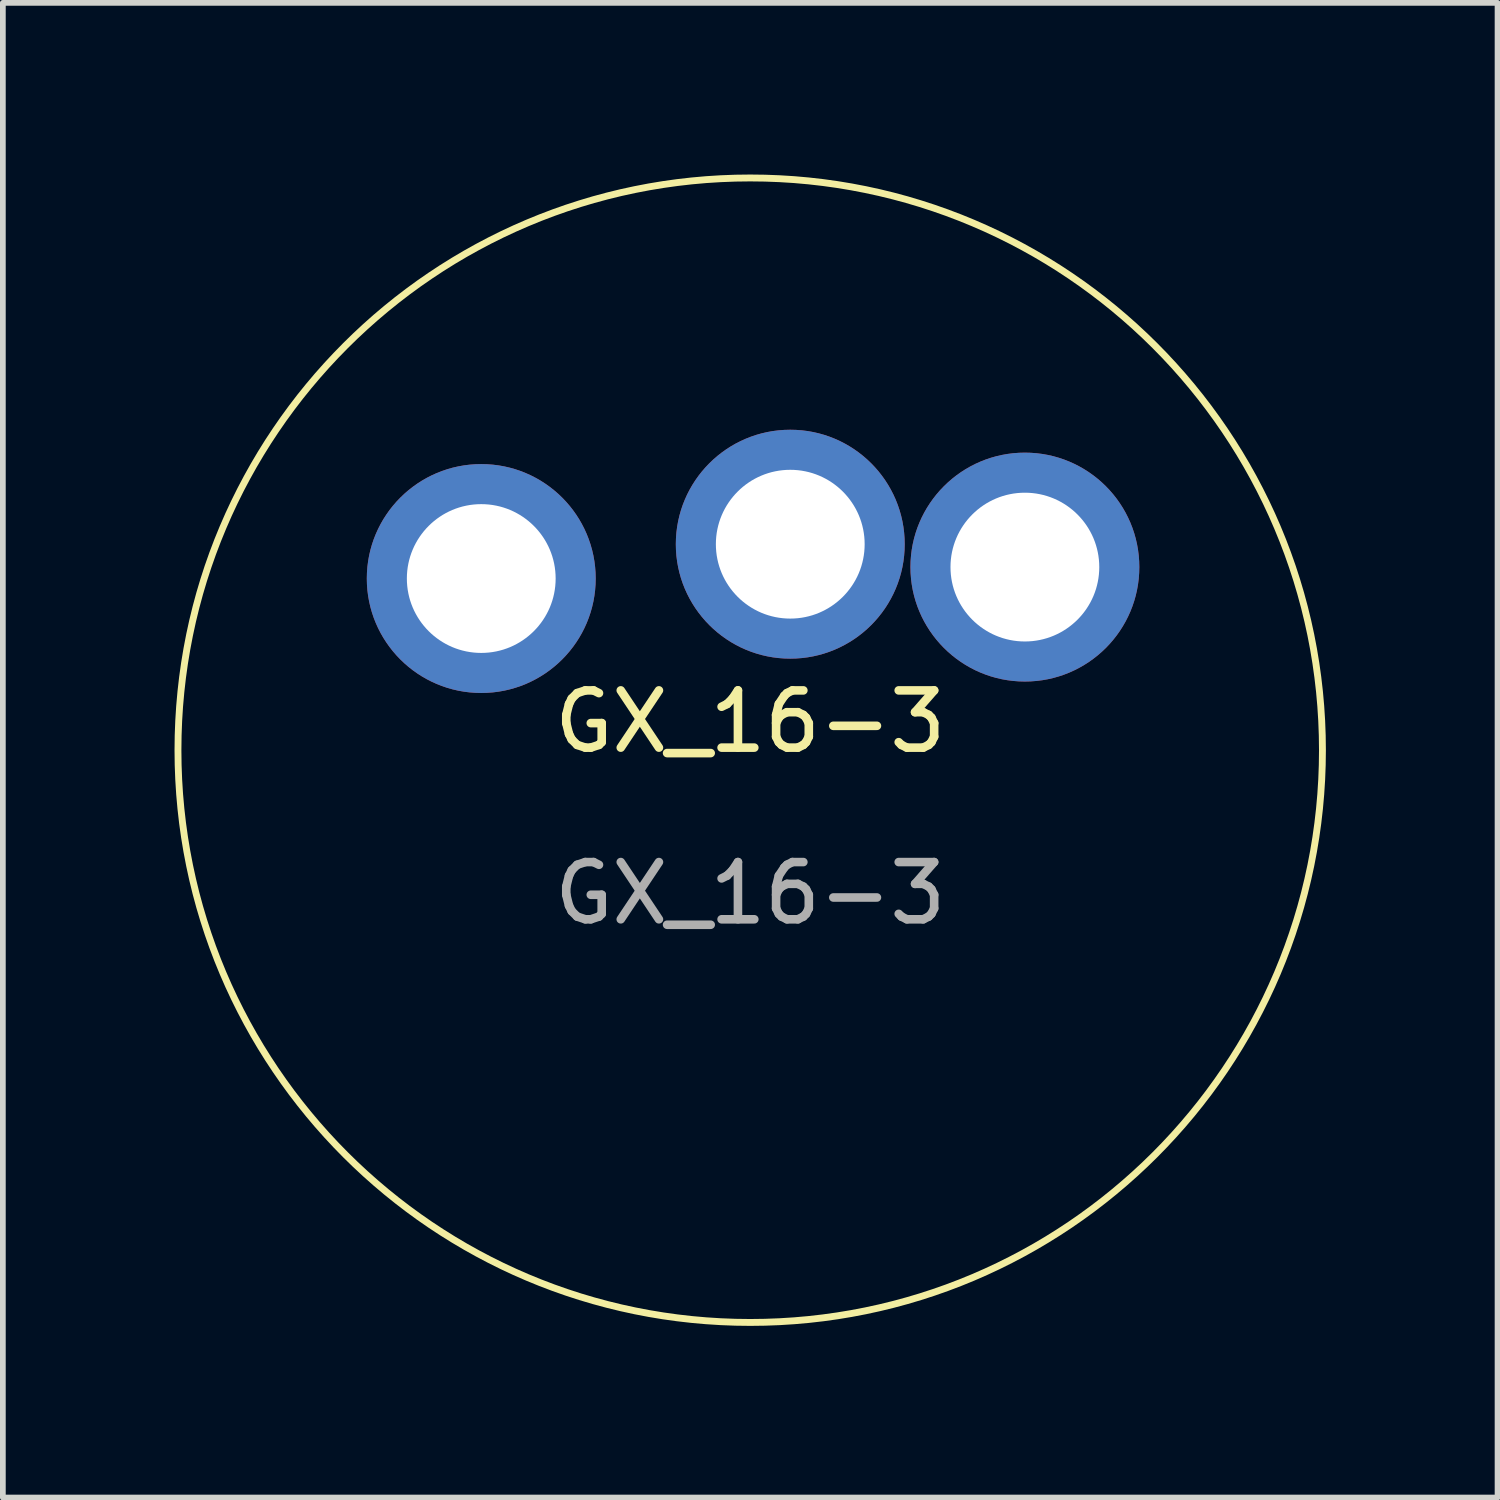
<source format=kicad_pcb>
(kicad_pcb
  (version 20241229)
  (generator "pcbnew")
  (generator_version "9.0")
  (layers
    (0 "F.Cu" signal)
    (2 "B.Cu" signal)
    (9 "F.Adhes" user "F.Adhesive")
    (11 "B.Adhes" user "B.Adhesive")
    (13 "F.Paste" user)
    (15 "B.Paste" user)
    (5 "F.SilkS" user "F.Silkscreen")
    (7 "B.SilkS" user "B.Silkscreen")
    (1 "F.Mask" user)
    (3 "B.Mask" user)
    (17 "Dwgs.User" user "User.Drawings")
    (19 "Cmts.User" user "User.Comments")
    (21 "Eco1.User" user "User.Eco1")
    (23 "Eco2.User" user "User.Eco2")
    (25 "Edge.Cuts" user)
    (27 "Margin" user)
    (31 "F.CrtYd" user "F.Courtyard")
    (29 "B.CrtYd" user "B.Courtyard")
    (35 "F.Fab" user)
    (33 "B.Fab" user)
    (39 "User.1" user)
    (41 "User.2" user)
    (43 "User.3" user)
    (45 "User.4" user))
  (footprint "GX_16-3"
    (layer "F.Cu")
    (at 10.06 10.06)
    (property "Reference" "GX_16-3" (at 0 -0.5 0) (unlocked yes) (layer "F.SilkS") (effects (font (size 1 1) (thickness 0.15))))
    (attr through_hole)
    (fp_circle (center 0 0) (end 10 0) (stroke (width 0.12) (type solid)) (fill no) (layer "F.SilkS"))
    (fp_text user "${REFERENCE}" (at 0 2.5 0) (unlocked yes) (layer "F.Fab") (effects (font (size 1 1) (thickness 0.15))))
    (pad "1" thru_hole circle (at -4.7 -3) (size 4 4) (drill 2.6) (layers "*.Cu" "*.Mask"))
    (pad "2" thru_hole circle (at 4.8 -3.2) (size 4 4) (drill 2.6) (layers "*.Cu" "*.Mask"))
    (pad "3" thru_hole circle (at 0.7 -3.6) (size 4 4) (drill 2.6) (layers "*.Cu" "*.Mask")))
  (gr_rect
    (start -3 -3)
    (end 23.12 23.12)
    (stroke (width 0.1) (type default))
    (fill no)
    (layer "Edge.Cuts")))
</source>
